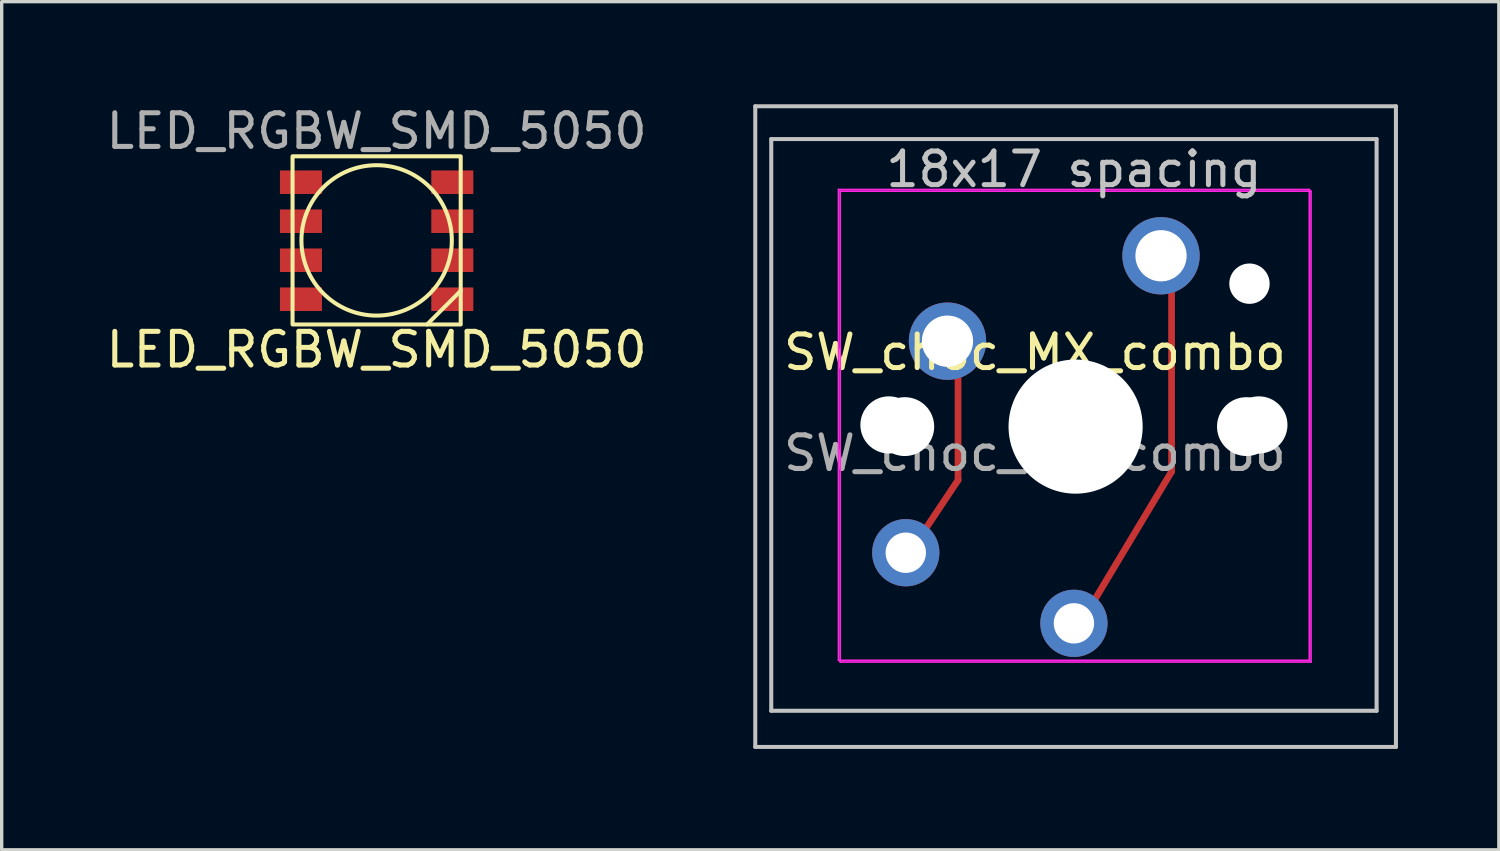
<source format=kicad_pcb>
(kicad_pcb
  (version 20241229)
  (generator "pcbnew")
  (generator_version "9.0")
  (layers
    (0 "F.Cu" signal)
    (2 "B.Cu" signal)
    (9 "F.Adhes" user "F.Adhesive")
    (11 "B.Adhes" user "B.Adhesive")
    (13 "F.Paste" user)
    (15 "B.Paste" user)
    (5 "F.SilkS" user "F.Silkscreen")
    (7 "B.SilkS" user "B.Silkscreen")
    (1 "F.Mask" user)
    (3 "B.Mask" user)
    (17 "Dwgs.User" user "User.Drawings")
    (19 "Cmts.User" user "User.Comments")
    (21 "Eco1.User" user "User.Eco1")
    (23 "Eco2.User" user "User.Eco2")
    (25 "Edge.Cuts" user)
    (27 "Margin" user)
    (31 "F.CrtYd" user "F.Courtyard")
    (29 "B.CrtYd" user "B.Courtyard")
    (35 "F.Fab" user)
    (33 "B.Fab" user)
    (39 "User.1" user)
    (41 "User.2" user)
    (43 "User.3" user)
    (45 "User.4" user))
  (footprint "SW_choc_MX_combo"
    (layer "F.Cu")
    (at 27.723 7.925)
    (property "Reference" "SW_choc_MX_combo" (at 0 -0.5 0) (unlocked yes) (layer "F.SilkS") (effects (font (size 1 1) (thickness 0.15))))
    (attr through_hole)
    (fp_line (start -3.302 4.826) (end -2.286 3.302) (stroke (width 0.2) (type solid)) (layer "F.Cu"))
    (fp_line (start -2.286 3.302) (end -2.286 0.254) (stroke (width 0.2) (type solid)) (layer "F.Cu"))
    (fp_line (start 1.778 6.858) (end 4.064 3.048) (stroke (width 0.2) (type solid)) (layer "F.Cu"))
    (fp_line (start 4.064 3.048) (end 4.064 -2.54) (stroke (width 0.2) (type solid)) (layer "F.Cu"))
    (fp_line (start -8.315 -7.815) (end -8.315 11.235) (stroke (width 0.12) (type solid)) (layer "Dwgs.User"))
    (fp_line (start -8.315 11.235) (end 10.735 11.235) (stroke (width 0.12) (type solid)) (layer "Dwgs.User"))
    (fp_line (start -7.84 -6.84) (end 10.16 -6.84) (stroke (width 0.12) (type solid)) (layer "Dwgs.User"))
    (fp_line (start -7.84 10.16) (end -7.84 -6.84) (stroke (width 0.12) (type solid)) (layer "Dwgs.User"))
    (fp_line (start 10.16 -6.84) (end 10.16 10.16) (stroke (width 0.12) (type solid)) (layer "Dwgs.User"))
    (fp_line (start 10.16 10.16) (end -7.84 10.16) (stroke (width 0.12) (type solid)) (layer "Dwgs.User"))
    (fp_line (start 10.735 -7.815) (end -8.315 -7.815) (stroke (width 0.12) (type solid)) (layer "Dwgs.User"))
    (fp_line (start 10.735 11.235) (end 10.735 -7.815) (stroke (width 0.12) (type solid)) (layer "Dwgs.User"))
    (fp_line (start -8.365 -7.865) (end -8.365 11.185) (stroke (width 0.12) (type solid)) (layer "Eco1.User"))
    (fp_line (start -8.365 11.185) (end 10.685 11.185) (stroke (width 0.12) (type solid)) (layer "Eco1.User"))
    (fp_line (start 10.685 -7.865) (end -8.365 -7.865) (stroke (width 0.12) (type solid)) (layer "Eco1.User"))
    (fp_line (start 10.685 11.185) (end 10.685 -7.865) (stroke (width 0.12) (type solid)) (layer "Eco1.User"))
    (fp_line (start -5.79 8.11) (end -5.79 -4.79) (stroke (width 0.05) (type solid)) (layer "Eco2.User"))
    (fp_line (start -5.79 8.21) (end -5.79 -4.79) (stroke (width 0.05) (type solid)) (layer "Eco2.User"))
    (fp_line (start -5.29 -5.29) (end 7.61 -5.29) (stroke (width 0.05) (type solid)) (layer "Eco2.User"))
    (fp_line (start -5.29 -5.29) (end 7.71 -5.29) (stroke (width 0.05) (type solid)) (layer "Eco2.User"))
    (fp_line (start 7.61 8.61) (end -5.29 8.61) (stroke (width 0.05) (type solid)) (layer "Eco2.User"))
    (fp_line (start 7.71 8.71) (end -5.29 8.71) (stroke (width 0.05) (type solid)) (layer "Eco2.User"))
    (fp_line (start 8.11 -4.79) (end 8.11 8.11) (stroke (width 0.05) (type solid)) (layer "Eco2.User"))
    (fp_line (start 8.21 -4.79) (end 8.21 8.21) (stroke (width 0.05) (type solid)) (layer "Eco2.User"))
    (fp_arc (start -5.79 -4.79) (mid -5.643553 -5.143553) (end -5.29 -5.29) (stroke (width 0.05) (type solid)) (layer "Eco2.User"))
    (fp_arc (start -5.79 -4.79) (mid -5.643553 -5.143553) (end -5.29 -5.29) (stroke (width 0.05) (type solid)) (layer "Eco2.User"))
    (fp_arc (start -5.29 8.61) (mid -5.643553 8.463553) (end -5.79 8.11) (stroke (width 0.05) (type solid)) (layer "Eco2.User"))
    (fp_arc (start -5.29 8.71) (mid -5.643553 8.563553) (end -5.79 8.21) (stroke (width 0.05) (type solid)) (layer "Eco2.User"))
    (fp_arc (start 7.61 -5.29) (mid 7.963553 -5.143553) (end 8.11 -4.79) (stroke (width 0.05) (type solid)) (layer "Eco2.User"))
    (fp_arc (start 7.71 -5.29) (mid 8.063553 -5.143553) (end 8.21 -4.79) (stroke (width 0.05) (type solid)) (layer "Eco2.User"))
    (fp_arc (start 8.11 8.11) (mid 7.963553 8.463553) (end 7.61 8.61) (stroke (width 0.05) (type solid)) (layer "Eco2.User"))
    (fp_arc (start 8.207236 8.208884) (mid 8.060805 8.562453) (end 7.707236 8.708884) (stroke (width 0.05) (type solid)) (layer "Eco2.User"))
    (fp_line (start -5.84 -5.34) (end 8.16 -5.34) (stroke (width 0.05) (type solid)) (layer "F.CrtYd"))
    (fp_line (start -5.84 8.66) (end -5.84 -5.34) (stroke (width 0.05) (type solid)) (layer "F.CrtYd"))
    (fp_line (start -5.79 -5.29) (end -5.79 8.71) (stroke (width 0.05) (type solid)) (layer "F.CrtYd"))
    (fp_line (start -5.79 8.71) (end 8.21 8.71) (stroke (width 0.05) (type solid)) (layer "F.CrtYd"))
    (fp_line (start 8.16 -5.34) (end 8.16 8.66) (stroke (width 0.05) (type solid)) (layer "F.CrtYd"))
    (fp_line (start 8.16 8.66) (end -5.84 8.66) (stroke (width 0.05) (type solid)) (layer "F.CrtYd"))
    (fp_line (start 8.21 -5.29) (end -5.79 -5.29) (stroke (width 0.05) (type solid)) (layer "F.CrtYd"))
    (fp_line (start 8.21 8.71) (end 8.21 -5.29) (stroke (width 0.05) (type solid)) (layer "F.CrtYd"))
    (fp_text user "18x17 spacing" (at 1.16 -5.94 180) (layer "Dwgs.User") (effects (font (size 1 1) (thickness 0.15))))
    (fp_text user "19.05 spacing" (at 1.16 -7.04 180) (layer "Eco1.User") (effects (font (size 1 1) (thickness 0.15))))
    (fp_text user "${REFERENCE}" (at 0 2.5 0) (unlocked yes) (layer "F.Fab") (effects (font (size 1 1) (thickness 0.15))))
    (pad "" np_thru_hole circle (at -4.34 1.66 180) (size 1.7 1.7) (drill 1.7) (layers "*.Cu" "*.Mask"))
    (pad "" np_thru_hole circle (at -3.87 1.71) (size 1.75 1.75) (drill 1.75) (layers "*.Cu" "*.Mask"))
    (pad "" np_thru_hole circle (at 1.16 1.66 180) (size 3.4 3.4) (drill 3.4) (layers "*.Cu" "*.Mask"))
    (pad "" np_thru_hole circle (at 1.21 1.71) (size 3.988 3.988) (drill 3.988) (layers "*.Cu" "*.Mask"))
    (pad "" np_thru_hole circle (at 6.29 1.71) (size 1.75 1.75) (drill 1.75) (layers "*.Cu" "*.Mask"))
    (pad "" np_thru_hole circle (at 6.38 -2.54 180) (size 1.2 1.2) (drill 1.2) (layers "*.Cu" "*.Mask"))
    (pad "" np_thru_hole circle (at 6.66 1.66 180) (size 1.7 1.7) (drill 1.7) (layers "*.Cu" "*.Mask"))
    (pad "1" thru_hole circle (at -3.84 5.46 180) (size 2 2) (drill 1.2) (layers "*.Cu" "B.Mask"))
    (pad "1" thru_hole circle (at -2.6 -0.83) (size 2.3 2.3) (drill 1.524) (layers "*.Cu" "B.Mask"))
    (pad "2" thru_hole circle (at 1.16 7.56 180) (size 2 2) (drill 1.2) (layers "*.Cu" "B.Mask"))
    (pad "2" thru_hole circle (at 3.75 -3.37) (size 2.3 2.3) (drill 1.524) (layers "*.Cu" "B.Mask")))
  (footprint "LED_RGBW_SMD_5050"
    (layer "F.Cu")
    (at 8.149 4.098)
    (property "Reference" "LED_RGBW_SMD_5050" (at 0 3.25 0) (unlocked yes) (layer "F.SilkS") (effects (font (size 1 1) (thickness 0.15))))
    (attr smd)
    (fp_line (start 1.5 2.5) (end 2.5 1.5) (stroke (width 0.12) (type solid)) (layer "F.SilkS"))
    (fp_rect (start -2.5 2.5) (end 2.5 -2.5) (stroke (width 0.12) (type solid)) (fill no) (layer "F.SilkS"))
    (fp_circle (center 0 0) (end 1 -2) (stroke (width 0.12) (type solid)) (fill no) (layer "F.SilkS"))
    (fp_text user "${REFERENCE}" (at 0 -3.25 0) (unlocked yes) (layer "F.Fab") (effects (font (size 1 1) (thickness 0.15))))
    (pad "1" smd rect (at 2.25 1.75 90) (size 0.7 1.25) (layers "F.Cu" "F.Mask" "F.Paste"))
    (pad "2" smd rect (at 2.25 0.59 90) (size 0.7 1.25) (layers "F.Cu" "F.Mask" "F.Paste"))
    (pad "3" smd rect (at 2.25 -0.57 90) (size 0.7 1.25) (layers "F.Cu" "F.Mask" "F.Paste"))
    (pad "4" smd rect (at 2.25 -1.73 90) (size 0.7 1.25) (layers "F.Cu" "F.Mask" "F.Paste"))
    (pad "5" smd rect (at -2.25 -1.73 90) (size 0.7 1.25) (layers "F.Cu" "F.Mask" "F.Paste"))
    (pad "6" smd rect (at -2.25 -0.57 90) (size 0.7 1.25) (layers "F.Cu" "F.Mask" "F.Paste"))
    (pad "7" smd rect (at -2.25 0.59 90) (size 0.7 1.25) (layers "F.Cu" "F.Mask" "F.Paste"))
    (pad "8" smd rect (at -2.25 1.75 90) (size 0.7 1.25) (layers "F.Cu" "F.Mask" "F.Paste")))
  (gr_rect
    (start -3 -3)
    (end 41.518 22.22)
    (stroke (width 0.1) (type default))
    (fill no)
    (layer "Edge.Cuts")))
</source>
